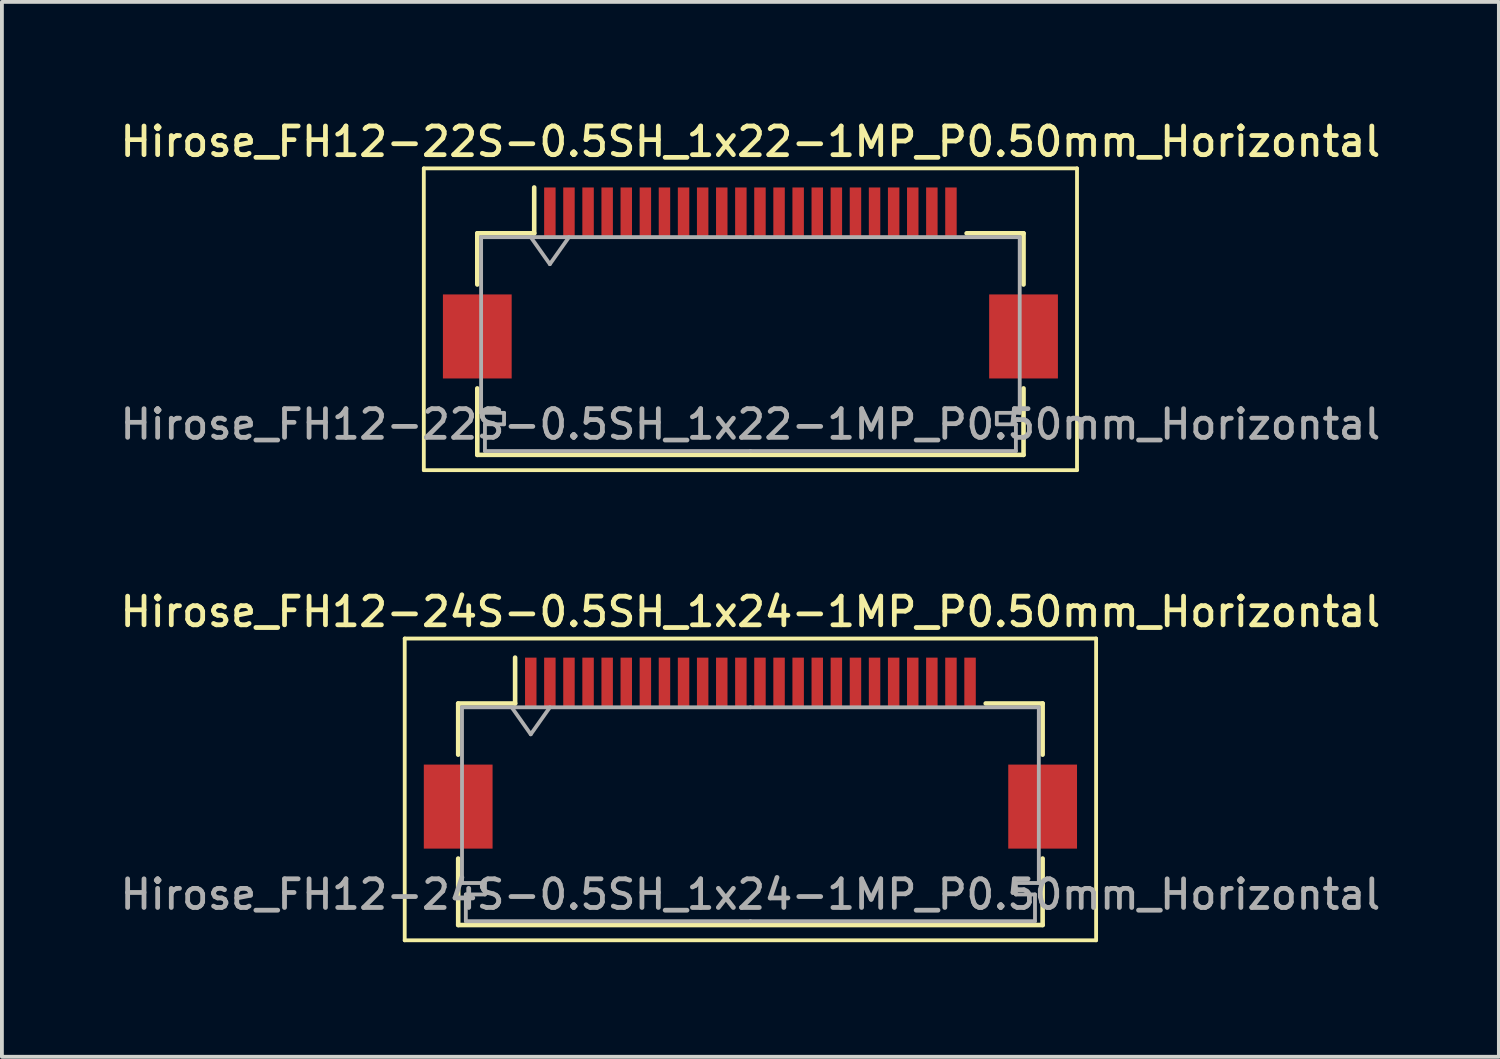
<source format=kicad_pcb>
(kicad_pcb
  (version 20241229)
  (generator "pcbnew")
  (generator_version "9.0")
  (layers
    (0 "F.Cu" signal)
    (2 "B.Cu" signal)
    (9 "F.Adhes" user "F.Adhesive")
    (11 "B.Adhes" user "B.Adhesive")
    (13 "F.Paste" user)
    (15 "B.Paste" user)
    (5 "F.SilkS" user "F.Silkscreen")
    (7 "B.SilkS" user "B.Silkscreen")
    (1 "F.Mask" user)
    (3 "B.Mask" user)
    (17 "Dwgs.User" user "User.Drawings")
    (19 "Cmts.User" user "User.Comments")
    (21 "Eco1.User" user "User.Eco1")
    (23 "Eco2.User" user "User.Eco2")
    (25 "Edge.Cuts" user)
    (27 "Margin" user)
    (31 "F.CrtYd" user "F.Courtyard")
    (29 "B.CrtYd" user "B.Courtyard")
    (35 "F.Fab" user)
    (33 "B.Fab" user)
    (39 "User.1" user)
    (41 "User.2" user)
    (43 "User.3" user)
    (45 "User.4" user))
  (footprint "Hirose_FH12-22S-0.5SH_1x22-1MP_P0.50mm_Horizontal"
    (layer "F.Cu")
    (at 16.595 4.358)
    (property "Reference" "Hirose_FH12-22S-0.5SH_1x22-1MP_P0.50mm_Horizontal" (at 0 -3.7 0) (layer "F.SilkS") (effects (font (size 0.75 0.75) (thickness 0.125))))
    (attr smd)
    (fp_line (start -8.55 -3) (end -8.55 4.9) (stroke (width 0.1) (type solid)) (layer "F.SilkS"))
    (fp_line (start -8.55 4.9) (end 8.55 4.9) (stroke (width 0.1) (type solid)) (layer "F.SilkS"))
    (fp_line (start -7.15 -1.3) (end -7.15 0.04) (stroke (width 0.12) (type solid)) (layer "F.SilkS"))
    (fp_line (start -7.15 2.76) (end -7.15 4.5) (stroke (width 0.12) (type solid)) (layer "F.SilkS"))
    (fp_line (start -7.15 4.5) (end 7.15 4.5) (stroke (width 0.12) (type solid)) (layer "F.SilkS"))
    (fp_line (start -5.66 -1.3) (end -7.15 -1.3) (stroke (width 0.12) (type solid)) (layer "F.SilkS"))
    (fp_line (start -5.66 -1.3) (end -5.66 -2.5) (stroke (width 0.12) (type solid)) (layer "F.SilkS"))
    (fp_line (start 5.66 -1.3) (end 7.15 -1.3) (stroke (width 0.12) (type solid)) (layer "F.SilkS"))
    (fp_line (start 7.15 -1.3) (end 7.15 0.04) (stroke (width 0.12) (type solid)) (layer "F.SilkS"))
    (fp_line (start 7.15 4.5) (end 7.15 2.76) (stroke (width 0.12) (type solid)) (layer "F.SilkS"))
    (fp_line (start 8.55 -3) (end -8.55 -3) (stroke (width 0.1) (type solid)) (layer "F.SilkS"))
    (fp_line (start 8.55 4.9) (end 8.55 -3) (stroke (width 0.1) (type solid)) (layer "F.SilkS"))
    (fp_line (start -7.05 -1.2) (end -7.05 3.4) (stroke (width 0.1) (type solid)) (layer "F.Fab"))
    (fp_line (start -7.05 3.4) (end -6.45 3.4) (stroke (width 0.1) (type solid)) (layer "F.Fab"))
    (fp_line (start -6.95 3.7) (end -6.95 4.4) (stroke (width 0.1) (type solid)) (layer "F.Fab"))
    (fp_line (start -6.95 4.4) (end 0 4.4) (stroke (width 0.1) (type solid)) (layer "F.Fab"))
    (fp_line (start -6.45 3.4) (end -6.45 3.7) (stroke (width 0.1) (type solid)) (layer "F.Fab"))
    (fp_line (start -6.45 3.7) (end -6.95 3.7) (stroke (width 0.1) (type solid)) (layer "F.Fab"))
    (fp_line (start -5.75 -1.2) (end -5.25 -0.493) (stroke (width 0.1) (type solid)) (layer "F.Fab"))
    (fp_line (start -5.25 -0.493) (end -4.75 -1.2) (stroke (width 0.1) (type solid)) (layer "F.Fab"))
    (fp_line (start 0 -1.2) (end -7.05 -1.2) (stroke (width 0.1) (type solid)) (layer "F.Fab"))
    (fp_line (start 0 -1.2) (end 7.05 -1.2) (stroke (width 0.1) (type solid)) (layer "F.Fab"))
    (fp_line (start 6.45 3.4) (end 6.45 3.7) (stroke (width 0.1) (type solid)) (layer "F.Fab"))
    (fp_line (start 6.45 3.7) (end 6.95 3.7) (stroke (width 0.1) (type solid)) (layer "F.Fab"))
    (fp_line (start 6.95 3.7) (end 6.95 4.4) (stroke (width 0.1) (type solid)) (layer "F.Fab"))
    (fp_line (start 6.95 4.4) (end 0 4.4) (stroke (width 0.1) (type solid)) (layer "F.Fab"))
    (fp_line (start 7.05 -1.2) (end 7.05 3.4) (stroke (width 0.1) (type solid)) (layer "F.Fab"))
    (fp_line (start 7.05 3.4) (end 6.45 3.4) (stroke (width 0.1) (type solid)) (layer "F.Fab"))
    (fp_text user "${REFERENCE}" (at 0 3.7 0) (layer "F.Fab") (effects (font (size 0.75 0.75) (thickness 0.125))))
    (pad "1" smd rect (at -5.25 -1.85) (size 0.3 1.3) (layers "F.Cu" "F.Mask" "F.Paste"))
    (pad "2" smd rect (at -4.75 -1.85) (size 0.3 1.3) (layers "F.Cu" "F.Mask" "F.Paste"))
    (pad "3" smd rect (at -4.25 -1.85) (size 0.3 1.3) (layers "F.Cu" "F.Mask" "F.Paste"))
    (pad "4" smd rect (at -3.75 -1.85) (size 0.3 1.3) (layers "F.Cu" "F.Mask" "F.Paste"))
    (pad "5" smd rect (at -3.25 -1.85) (size 0.3 1.3) (layers "F.Cu" "F.Mask" "F.Paste"))
    (pad "6" smd rect (at -2.75 -1.85) (size 0.3 1.3) (layers "F.Cu" "F.Mask" "F.Paste"))
    (pad "7" smd rect (at -2.25 -1.85) (size 0.3 1.3) (layers "F.Cu" "F.Mask" "F.Paste"))
    (pad "8" smd rect (at -1.75 -1.85) (size 0.3 1.3) (layers "F.Cu" "F.Mask" "F.Paste"))
    (pad "9" smd rect (at -1.25 -1.85) (size 0.3 1.3) (layers "F.Cu" "F.Mask" "F.Paste"))
    (pad "10" smd rect (at -0.75 -1.85) (size 0.3 1.3) (layers "F.Cu" "F.Mask" "F.Paste"))
    (pad "11" smd rect (at -0.25 -1.85) (size 0.3 1.3) (layers "F.Cu" "F.Mask" "F.Paste"))
    (pad "12" smd rect (at 0.25 -1.85) (size 0.3 1.3) (layers "F.Cu" "F.Mask" "F.Paste"))
    (pad "13" smd rect (at 0.75 -1.85) (size 0.3 1.3) (layers "F.Cu" "F.Mask" "F.Paste"))
    (pad "14" smd rect (at 1.25 -1.85) (size 0.3 1.3) (layers "F.Cu" "F.Mask" "F.Paste"))
    (pad "15" smd rect (at 1.75 -1.85) (size 0.3 1.3) (layers "F.Cu" "F.Mask" "F.Paste"))
    (pad "16" smd rect (at 2.25 -1.85) (size 0.3 1.3) (layers "F.Cu" "F.Mask" "F.Paste"))
    (pad "17" smd rect (at 2.75 -1.85) (size 0.3 1.3) (layers "F.Cu" "F.Mask" "F.Paste"))
    (pad "18" smd rect (at 3.25 -1.85) (size 0.3 1.3) (layers "F.Cu" "F.Mask" "F.Paste"))
    (pad "19" smd rect (at 3.75 -1.85) (size 0.3 1.3) (layers "F.Cu" "F.Mask" "F.Paste"))
    (pad "20" smd rect (at 4.25 -1.85) (size 0.3 1.3) (layers "F.Cu" "F.Mask" "F.Paste"))
    (pad "21" smd rect (at 4.75 -1.85) (size 0.3 1.3) (layers "F.Cu" "F.Mask" "F.Paste"))
    (pad "22" smd rect (at 5.25 -1.85) (size 0.3 1.3) (layers "F.Cu" "F.Mask" "F.Paste"))
    (pad "MP" smd rect (at -7.15 1.4) (size 1.8 2.2) (layers "F.Cu" "F.Mask" "F.Paste"))
    (pad "MP" smd rect (at 7.15 1.4) (size 1.8 2.2) (layers "F.Cu" "F.Mask" "F.Paste")))
  (footprint "Hirose_FH12-24S-0.5SH_1x24-1MP_P0.50mm_Horizontal"
    (layer "F.Cu")
    (at 16.595 16.666)
    (property "Reference" "Hirose_FH12-24S-0.5SH_1x24-1MP_P0.50mm_Horizontal" (at 0 -3.7 0) (layer "F.SilkS") (effects (font (size 0.75 0.75) (thickness 0.125))))
    (attr smd)
    (fp_line (start -9.05 -3) (end -9.05 4.9) (stroke (width 0.1) (type solid)) (layer "F.SilkS"))
    (fp_line (start -9.05 4.9) (end 9.05 4.9) (stroke (width 0.1) (type solid)) (layer "F.SilkS"))
    (fp_line (start -7.65 -1.3) (end -7.65 0.04) (stroke (width 0.12) (type solid)) (layer "F.SilkS"))
    (fp_line (start -7.65 2.76) (end -7.65 4.5) (stroke (width 0.12) (type solid)) (layer "F.SilkS"))
    (fp_line (start -7.65 4.5) (end 7.65 4.5) (stroke (width 0.12) (type solid)) (layer "F.SilkS"))
    (fp_line (start -6.16 -1.3) (end -7.65 -1.3) (stroke (width 0.12) (type solid)) (layer "F.SilkS"))
    (fp_line (start -6.16 -1.3) (end -6.16 -2.5) (stroke (width 0.12) (type solid)) (layer "F.SilkS"))
    (fp_line (start 6.16 -1.3) (end 7.65 -1.3) (stroke (width 0.12) (type solid)) (layer "F.SilkS"))
    (fp_line (start 7.65 -1.3) (end 7.65 0.04) (stroke (width 0.12) (type solid)) (layer "F.SilkS"))
    (fp_line (start 7.65 4.5) (end 7.65 2.76) (stroke (width 0.12) (type solid)) (layer "F.SilkS"))
    (fp_line (start 9.05 -3) (end -9.05 -3) (stroke (width 0.1) (type solid)) (layer "F.SilkS"))
    (fp_line (start 9.05 4.9) (end 9.05 -3) (stroke (width 0.1) (type solid)) (layer "F.SilkS"))
    (fp_line (start -7.55 -1.2) (end -7.55 3.4) (stroke (width 0.1) (type solid)) (layer "F.Fab"))
    (fp_line (start -7.55 3.4) (end -6.95 3.4) (stroke (width 0.1) (type solid)) (layer "F.Fab"))
    (fp_line (start -7.45 3.7) (end -7.45 4.4) (stroke (width 0.1) (type solid)) (layer "F.Fab"))
    (fp_line (start -7.45 4.4) (end 0 4.4) (stroke (width 0.1) (type solid)) (layer "F.Fab"))
    (fp_line (start -6.95 3.4) (end -6.95 3.7) (stroke (width 0.1) (type solid)) (layer "F.Fab"))
    (fp_line (start -6.95 3.7) (end -7.45 3.7) (stroke (width 0.1) (type solid)) (layer "F.Fab"))
    (fp_line (start -6.25 -1.2) (end -5.75 -0.493) (stroke (width 0.1) (type solid)) (layer "F.Fab"))
    (fp_line (start -5.75 -0.493) (end -5.25 -1.2) (stroke (width 0.1) (type solid)) (layer "F.Fab"))
    (fp_line (start 0 -1.2) (end -7.55 -1.2) (stroke (width 0.1) (type solid)) (layer "F.Fab"))
    (fp_line (start 0 -1.2) (end 7.55 -1.2) (stroke (width 0.1) (type solid)) (layer "F.Fab"))
    (fp_line (start 6.95 3.4) (end 6.95 3.7) (stroke (width 0.1) (type solid)) (layer "F.Fab"))
    (fp_line (start 6.95 3.7) (end 7.45 3.7) (stroke (width 0.1) (type solid)) (layer "F.Fab"))
    (fp_line (start 7.45 3.7) (end 7.45 4.4) (stroke (width 0.1) (type solid)) (layer "F.Fab"))
    (fp_line (start 7.45 4.4) (end 0 4.4) (stroke (width 0.1) (type solid)) (layer "F.Fab"))
    (fp_line (start 7.55 -1.2) (end 7.55 3.4) (stroke (width 0.1) (type solid)) (layer "F.Fab"))
    (fp_line (start 7.55 3.4) (end 6.95 3.4) (stroke (width 0.1) (type solid)) (layer "F.Fab"))
    (fp_text user "${REFERENCE}" (at 0 3.7 0) (layer "F.Fab") (effects (font (size 0.75 0.75) (thickness 0.125))))
    (pad "1" smd rect (at -5.75 -1.85) (size 0.3 1.3) (layers "F.Cu" "F.Mask" "F.Paste"))
    (pad "2" smd rect (at -5.25 -1.85) (size 0.3 1.3) (layers "F.Cu" "F.Mask" "F.Paste"))
    (pad "3" smd rect (at -4.75 -1.85) (size 0.3 1.3) (layers "F.Cu" "F.Mask" "F.Paste"))
    (pad "4" smd rect (at -4.25 -1.85) (size 0.3 1.3) (layers "F.Cu" "F.Mask" "F.Paste"))
    (pad "5" smd rect (at -3.75 -1.85) (size 0.3 1.3) (layers "F.Cu" "F.Mask" "F.Paste"))
    (pad "6" smd rect (at -3.25 -1.85) (size 0.3 1.3) (layers "F.Cu" "F.Mask" "F.Paste"))
    (pad "7" smd rect (at -2.75 -1.85) (size 0.3 1.3) (layers "F.Cu" "F.Mask" "F.Paste"))
    (pad "8" smd rect (at -2.25 -1.85) (size 0.3 1.3) (layers "F.Cu" "F.Mask" "F.Paste"))
    (pad "9" smd rect (at -1.75 -1.85) (size 0.3 1.3) (layers "F.Cu" "F.Mask" "F.Paste"))
    (pad "10" smd rect (at -1.25 -1.85) (size 0.3 1.3) (layers "F.Cu" "F.Mask" "F.Paste"))
    (pad "11" smd rect (at -0.75 -1.85) (size 0.3 1.3) (layers "F.Cu" "F.Mask" "F.Paste"))
    (pad "12" smd rect (at -0.25 -1.85) (size 0.3 1.3) (layers "F.Cu" "F.Mask" "F.Paste"))
    (pad "13" smd rect (at 0.25 -1.85) (size 0.3 1.3) (layers "F.Cu" "F.Mask" "F.Paste"))
    (pad "14" smd rect (at 0.75 -1.85) (size 0.3 1.3) (layers "F.Cu" "F.Mask" "F.Paste"))
    (pad "15" smd rect (at 1.25 -1.85) (size 0.3 1.3) (layers "F.Cu" "F.Mask" "F.Paste"))
    (pad "16" smd rect (at 1.75 -1.85) (size 0.3 1.3) (layers "F.Cu" "F.Mask" "F.Paste"))
    (pad "17" smd rect (at 2.25 -1.85) (size 0.3 1.3) (layers "F.Cu" "F.Mask" "F.Paste"))
    (pad "18" smd rect (at 2.75 -1.85) (size 0.3 1.3) (layers "F.Cu" "F.Mask" "F.Paste"))
    (pad "19" smd rect (at 3.25 -1.85) (size 0.3 1.3) (layers "F.Cu" "F.Mask" "F.Paste"))
    (pad "20" smd rect (at 3.75 -1.85) (size 0.3 1.3) (layers "F.Cu" "F.Mask" "F.Paste"))
    (pad "21" smd rect (at 4.25 -1.85) (size 0.3 1.3) (layers "F.Cu" "F.Mask" "F.Paste"))
    (pad "22" smd rect (at 4.75 -1.85) (size 0.3 1.3) (layers "F.Cu" "F.Mask" "F.Paste"))
    (pad "23" smd rect (at 5.25 -1.85) (size 0.3 1.3) (layers "F.Cu" "F.Mask" "F.Paste"))
    (pad "24" smd rect (at 5.75 -1.85) (size 0.3 1.3) (layers "F.Cu" "F.Mask" "F.Paste"))
    (pad "MP" smd rect (at -7.65 1.4) (size 1.8 2.2) (layers "F.Cu" "F.Mask" "F.Paste"))
    (pad "MP" smd rect (at 7.65 1.4) (size 1.8 2.2) (layers "F.Cu" "F.Mask" "F.Paste")))
  (gr_rect
    (start -3 -3)
    (end 36.189 24.616)
    (stroke (width 0.1) (type default))
    (fill no)
    (layer "Edge.Cuts")))
</source>
